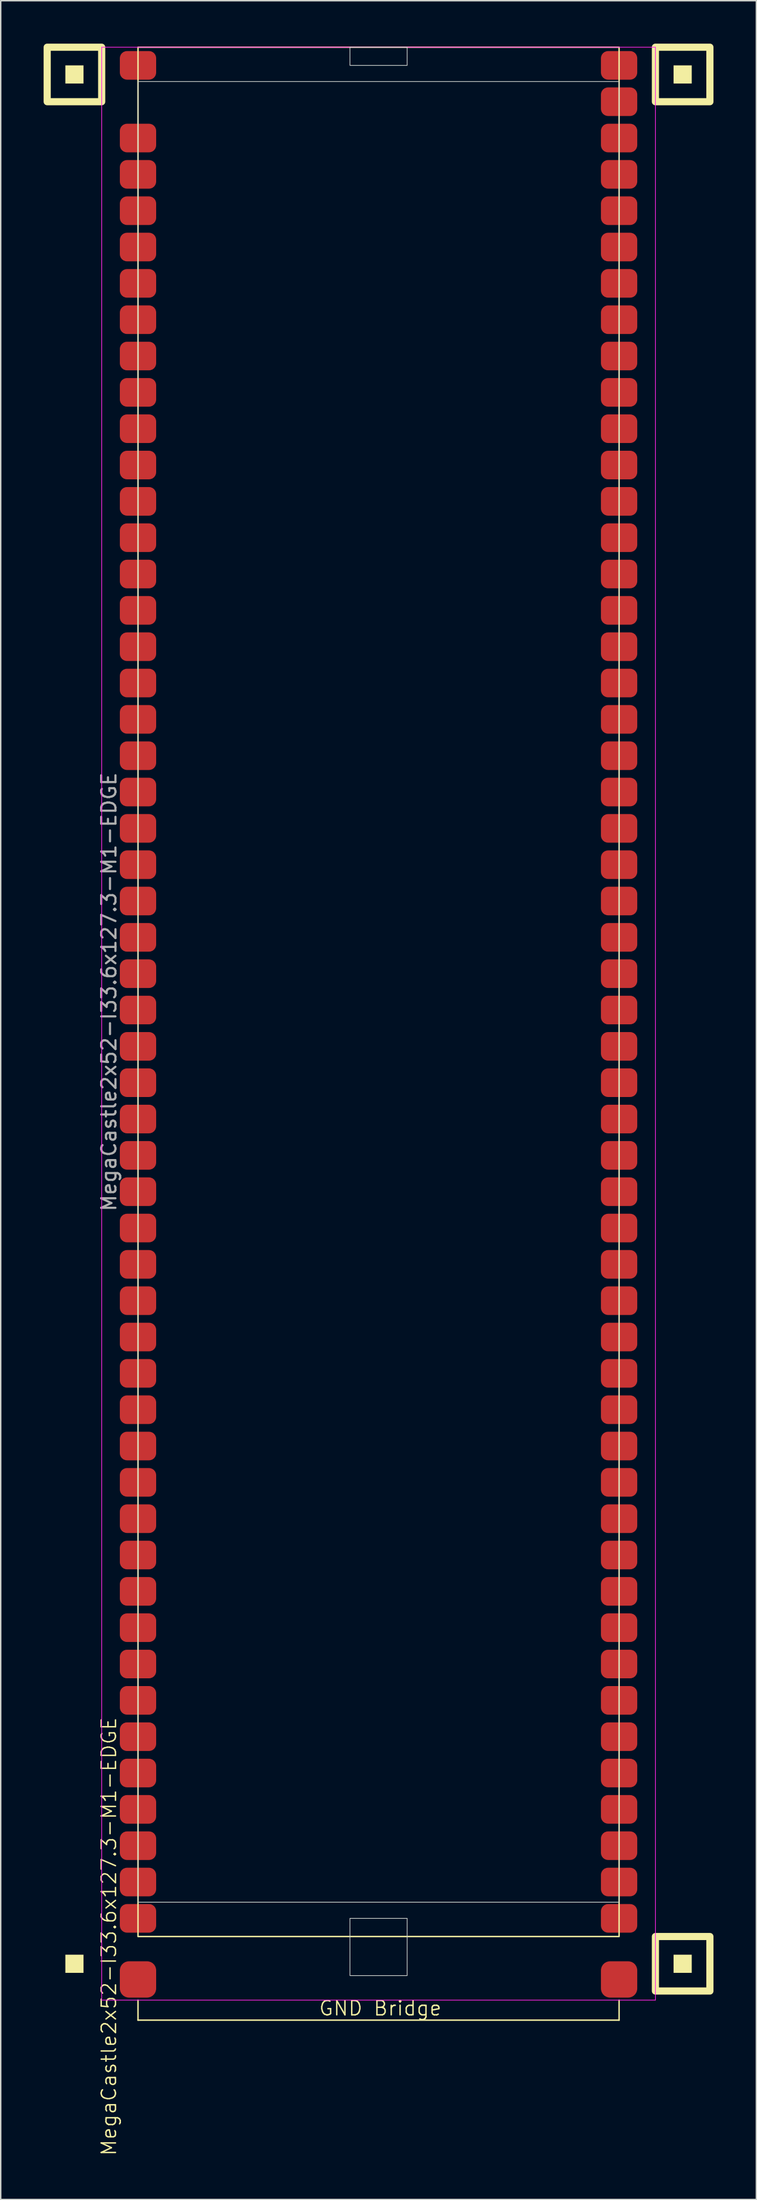
<source format=kicad_pcb>
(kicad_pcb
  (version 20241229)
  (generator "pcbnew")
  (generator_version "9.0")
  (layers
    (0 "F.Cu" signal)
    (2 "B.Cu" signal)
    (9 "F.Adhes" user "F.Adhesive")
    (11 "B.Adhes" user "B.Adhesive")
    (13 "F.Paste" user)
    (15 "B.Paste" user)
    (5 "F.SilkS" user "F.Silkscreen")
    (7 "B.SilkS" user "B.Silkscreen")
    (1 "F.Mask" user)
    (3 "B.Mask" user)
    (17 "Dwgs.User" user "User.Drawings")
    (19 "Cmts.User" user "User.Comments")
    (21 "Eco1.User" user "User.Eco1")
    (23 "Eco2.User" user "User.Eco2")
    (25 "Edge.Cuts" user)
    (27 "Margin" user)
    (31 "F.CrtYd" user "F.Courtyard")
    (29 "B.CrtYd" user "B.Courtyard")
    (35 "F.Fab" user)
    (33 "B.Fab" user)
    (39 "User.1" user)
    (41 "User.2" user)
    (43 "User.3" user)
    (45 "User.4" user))
  (footprint "MegaCastle2x52-I33.6x127.3-M1-EDGE"
    (layer "F.Cu")
    (at 23.42 66.29)
    (property "Reference" "MegaCastle2x52-I33.6x127.3-M1-EDGE" (at -18.852 66.04 90) (unlocked yes) (layer "F.SilkS") (effects (font (size 1 1) (thickness 0.1))))
    (attr smd)
    (fp_line (start -16.82 70.485) (end -16.82 71.885) (stroke (width 0.1) (type default)) (layer "F.SilkS"))
    (fp_line (start -16.82 71.885) (end 16.82 71.885) (stroke (width 0.1) (type default)) (layer "F.SilkS"))
    (fp_line (start 16.82 70.485) (end 16.82 71.885) (stroke (width 0.1) (type default)) (layer "F.SilkS"))
    (fp_rect (start -20.63 -63.5) (end -21.9 -64.77) (stroke (width 0) (type solid)) (fill yes) (layer "F.SilkS"))
    (fp_rect (start -20.63 68.58) (end -21.9 67.31) (stroke (width 0) (type solid)) (fill yes) (layer "F.SilkS"))
    (fp_rect (start -19.36 -62.23) (end -23.17 -66.04) (stroke (width 0.5) (type default)) (fill no) (layer "F.SilkS"))
    (fp_rect (start -16.82 -66.04) (end 16.82 66.04) (stroke (width 0.1) (type default)) (fill no) (layer "F.SilkS"))
    (fp_rect (start 21.9 -63.5) (end 20.63 -64.77) (stroke (width 0) (type solid)) (fill yes) (layer "F.SilkS"))
    (fp_rect (start 21.9 68.58) (end 20.63 67.31) (stroke (width 0) (type solid)) (fill yes) (layer "F.SilkS"))
    (fp_rect (start 23.17 -62.23) (end 19.36 -66.04) (stroke (width 0.5) (type default)) (fill no) (layer "F.SilkS"))
    (fp_rect (start 23.17 69.85) (end 19.36 66.04) (stroke (width 0.5) (type default)) (fill no) (layer "F.SilkS"))
    (fp_rect (start -16.82 -63.64) (end 16.82 63.64) (stroke (width 0.05) (type default)) (fill no) (layer "Edge.Cuts"))
    (fp_rect (start -2 -64.77) (end 2 -66.04) (stroke (width 0.05) (type default)) (fill no) (layer "Edge.Cuts"))
    (fp_rect (start -2 64.77) (end 2 68.77) (stroke (width 0.05) (type default)) (fill no) (layer "Edge.Cuts"))
    (fp_line (start -19.36 -66.04) (end -19.36 70.485) (stroke (width 0.05) (type default)) (layer "F.CrtYd"))
    (fp_line (start -19.36 70.485) (end 19.36 70.485) (stroke (width 0.05) (type default)) (layer "F.CrtYd"))
    (fp_line (start 19.36 -66.04) (end -19.36 -66.04) (stroke (width 0.05) (type default)) (layer "F.CrtYd"))
    (fp_line (start 19.36 -66.04) (end 19.36 70.485) (stroke (width 0.05) (type default)) (layer "F.CrtYd"))
    (fp_text user "GND Bridge" (at -4.226 71.64 0) (unlocked yes) (layer "F.SilkS") (effects (font (size 1 1) (thickness 0.1)) (justify left bottom)))
    (fp_text user "${REFERENCE}" (at -18.852 0 90) (unlocked yes) (layer "F.Fab") (effects (font (size 1 1) (thickness 0.15))))
    (pad "1" smd roundrect (at -16.82 -64.77) (size 2.54 2) (layers "F.Cu" "F.Mask" "F.Paste") (roundrect_rratio 0.25))
    (pad "3" smd roundrect (at -16.82 -59.69) (size 2.54 2) (layers "F.Cu" "F.Mask" "F.Paste") (roundrect_rratio 0.25))
    (pad "4" smd roundrect (at -16.82 -57.15) (size 2.54 2) (layers "F.Cu" "F.Mask" "F.Paste") (roundrect_rratio 0.25))
    (pad "5" smd roundrect (at -16.82 -54.61) (size 2.54 2) (layers "F.Cu" "F.Mask" "F.Paste") (roundrect_rratio 0.25))
    (pad "6" smd roundrect (at -16.82 -52.07) (size 2.54 2) (layers "F.Cu" "F.Mask" "F.Paste") (roundrect_rratio 0.25))
    (pad "7" smd roundrect (at -16.82 -49.53) (size 2.54 2) (layers "F.Cu" "F.Mask" "F.Paste") (roundrect_rratio 0.25))
    (pad "8" smd roundrect (at -16.82 -46.99) (size 2.54 2) (layers "F.Cu" "F.Mask" "F.Paste") (roundrect_rratio 0.25))
    (pad "9" smd roundrect (at -16.82 -44.45) (size 2.54 2) (layers "F.Cu" "F.Mask" "F.Paste") (roundrect_rratio 0.25))
    (pad "10" smd roundrect (at -16.82 -41.91) (size 2.54 2) (layers "F.Cu" "F.Mask" "F.Paste") (roundrect_rratio 0.25))
    (pad "11" smd roundrect (at -16.82 -39.37) (size 2.54 2) (layers "F.Cu" "F.Mask" "F.Paste") (roundrect_rratio 0.25))
    (pad "12" smd roundrect (at -16.82 -36.83) (size 2.54 2) (layers "F.Cu" "F.Mask" "F.Paste") (roundrect_rratio 0.25))
    (pad "13" smd roundrect (at -16.82 -34.29) (size 2.54 2) (layers "F.Cu" "F.Mask" "F.Paste") (roundrect_rratio 0.25))
    (pad "14" smd roundrect (at -16.82 -31.75) (size 2.54 2) (layers "F.Cu" "F.Mask" "F.Paste") (roundrect_rratio 0.25))
    (pad "15" smd roundrect (at -16.82 -29.21) (size 2.54 2) (layers "F.Cu" "F.Mask" "F.Paste") (roundrect_rratio 0.25))
    (pad "16" smd roundrect (at -16.82 -26.67) (size 2.54 2) (layers "F.Cu" "F.Mask" "F.Paste") (roundrect_rratio 0.25))
    (pad "17" smd roundrect (at -16.82 -24.13) (size 2.54 2) (layers "F.Cu" "F.Mask" "F.Paste") (roundrect_rratio 0.25))
    (pad "18" smd roundrect (at -16.82 -21.59) (size 2.54 2) (layers "F.Cu" "F.Mask" "F.Paste") (roundrect_rratio 0.25))
    (pad "19" smd roundrect (at -16.82 -19.05) (size 2.54 2) (layers "F.Cu" "F.Mask" "F.Paste") (roundrect_rratio 0.25))
    (pad "20" smd roundrect (at -16.82 -16.51) (size 2.54 2) (layers "F.Cu" "F.Mask" "F.Paste") (roundrect_rratio 0.25))
    (pad "21" smd roundrect (at -16.82 -13.97) (size 2.54 2) (layers "F.Cu" "F.Mask" "F.Paste") (roundrect_rratio 0.25))
    (pad "22" smd roundrect (at -16.82 -11.43) (size 2.54 2) (layers "F.Cu" "F.Mask" "F.Paste") (roundrect_rratio 0.25))
    (pad "23" smd roundrect (at -16.82 -8.89) (size 2.54 2) (layers "F.Cu" "F.Mask" "F.Paste") (roundrect_rratio 0.25))
    (pad "24" smd roundrect (at -16.82 -6.35) (size 2.54 2) (layers "F.Cu" "F.Mask" "F.Paste") (roundrect_rratio 0.25))
    (pad "25" smd roundrect (at -16.82 -3.81) (size 2.54 2) (layers "F.Cu" "F.Mask" "F.Paste") (roundrect_rratio 0.25))
    (pad "26" smd roundrect (at -16.82 -1.27) (size 2.54 2) (layers "F.Cu" "F.Mask" "F.Paste") (roundrect_rratio 0.25))
    (pad "27" smd roundrect (at -16.82 1.27) (size 2.54 2) (layers "F.Cu" "F.Mask" "F.Paste") (roundrect_rratio 0.25))
    (pad "28" smd roundrect (at -16.82 3.81) (size 2.54 2) (layers "F.Cu" "F.Mask" "F.Paste") (roundrect_rratio 0.25))
    (pad "29" smd roundrect (at -16.82 6.35) (size 2.54 2) (layers "F.Cu" "F.Mask" "F.Paste") (roundrect_rratio 0.25))
    (pad "30" smd roundrect (at -16.82 8.89) (size 2.54 2) (layers "F.Cu" "F.Mask" "F.Paste") (roundrect_rratio 0.25))
    (pad "31" smd roundrect (at -16.82 11.43) (size 2.54 2) (layers "F.Cu" "F.Mask" "F.Paste") (roundrect_rratio 0.25))
    (pad "32" smd roundrect (at -16.82 13.97) (size 2.54 2) (layers "F.Cu" "F.Mask" "F.Paste") (roundrect_rratio 0.25))
    (pad "33" smd roundrect (at -16.82 16.51) (size 2.54 2) (layers "F.Cu" "F.Mask" "F.Paste") (roundrect_rratio 0.25))
    (pad "34" smd roundrect (at -16.82 19.05) (size 2.54 2) (layers "F.Cu" "F.Mask" "F.Paste") (roundrect_rratio 0.25))
    (pad "35" smd roundrect (at -16.82 21.59) (size 2.54 2) (layers "F.Cu" "F.Mask" "F.Paste") (roundrect_rratio 0.25))
    (pad "36" smd roundrect (at -16.82 24.13) (size 2.54 2) (layers "F.Cu" "F.Mask" "F.Paste") (roundrect_rratio 0.25))
    (pad "37" smd roundrect (at -16.82 26.67) (size 2.54 2) (layers "F.Cu" "F.Mask" "F.Paste") (roundrect_rratio 0.25))
    (pad "38" smd roundrect (at -16.82 29.21) (size 2.54 2) (layers "F.Cu" "F.Mask" "F.Paste") (roundrect_rratio 0.25))
    (pad "39" smd roundrect (at -16.82 31.75) (size 2.54 2) (layers "F.Cu" "F.Mask" "F.Paste") (roundrect_rratio 0.25))
    (pad "40" smd roundrect (at -16.82 34.29) (size 2.54 2) (layers "F.Cu" "F.Mask" "F.Paste") (roundrect_rratio 0.25))
    (pad "41" smd roundrect (at -16.82 36.83) (size 2.54 2) (layers "F.Cu" "F.Mask" "F.Paste") (roundrect_rratio 0.25))
    (pad "42" smd roundrect (at -16.82 39.37) (size 2.54 2) (layers "F.Cu" "F.Mask" "F.Paste") (roundrect_rratio 0.25))
    (pad "43" smd roundrect (at -16.82 41.91) (size 2.54 2) (layers "F.Cu" "F.Mask" "F.Paste") (roundrect_rratio 0.25))
    (pad "44" smd roundrect (at -16.82 44.45) (size 2.54 2) (layers "F.Cu" "F.Mask" "F.Paste") (roundrect_rratio 0.25))
    (pad "45" smd roundrect (at -16.82 46.99) (size 2.54 2) (layers "F.Cu" "F.Mask" "F.Paste") (roundrect_rratio 0.25))
    (pad "46" smd roundrect (at -16.82 49.53) (size 2.54 2) (layers "F.Cu" "F.Mask" "F.Paste") (roundrect_rratio 0.25))
    (pad "47" smd roundrect (at -16.82 52.07) (size 2.54 2) (layers "F.Cu" "F.Mask" "F.Paste") (roundrect_rratio 0.25))
    (pad "48" smd roundrect (at -16.82 54.61) (size 2.54 2) (layers "F.Cu" "F.Mask" "F.Paste") (roundrect_rratio 0.25))
    (pad "49" smd roundrect (at -16.82 57.15) (size 2.54 2) (layers "F.Cu" "F.Mask" "F.Paste") (roundrect_rratio 0.25))
    (pad "50" smd roundrect (at -16.82 59.69) (size 2.54 2) (layers "F.Cu" "F.Mask" "F.Paste") (roundrect_rratio 0.25))
    (pad "51" smd roundrect (at -16.82 62.23) (size 2.54 2) (layers "F.Cu" "F.Mask" "F.Paste") (roundrect_rratio 0.25))
    (pad "52" smd roundrect (at -16.82 64.77) (size 2.54 2) (layers "F.Cu" "F.Mask" "F.Paste") (roundrect_rratio 0.25))
    (pad "53" smd roundrect (at 16.82 -64.77) (size 2.54 2) (layers "F.Cu" "F.Mask" "F.Paste") (roundrect_rratio 0.25))
    (pad "54" smd roundrect (at 16.82 -62.23) (size 2.54 2) (layers "F.Cu" "F.Mask" "F.Paste") (roundrect_rratio 0.25))
    (pad "55" smd roundrect (at 16.82 -59.69) (size 2.54 2) (layers "F.Cu" "F.Mask" "F.Paste") (roundrect_rratio 0.25))
    (pad "56" smd roundrect (at 16.82 -57.15) (size 2.54 2) (layers "F.Cu" "F.Mask" "F.Paste") (roundrect_rratio 0.25))
    (pad "57" smd roundrect (at 16.82 -54.61) (size 2.54 2) (layers "F.Cu" "F.Mask" "F.Paste") (roundrect_rratio 0.25))
    (pad "58" smd roundrect (at 16.82 -52.07) (size 2.54 2) (layers "F.Cu" "F.Mask" "F.Paste") (roundrect_rratio 0.25))
    (pad "59" smd roundrect (at 16.82 -49.53) (size 2.54 2) (layers "F.Cu" "F.Mask" "F.Paste") (roundrect_rratio 0.25))
    (pad "60" smd roundrect (at 16.82 -46.99) (size 2.54 2) (layers "F.Cu" "F.Mask" "F.Paste") (roundrect_rratio 0.25))
    (pad "61" smd roundrect (at 16.82 -44.45) (size 2.54 2) (layers "F.Cu" "F.Mask" "F.Paste") (roundrect_rratio 0.25))
    (pad "62" smd roundrect (at 16.82 -41.91) (size 2.54 2) (layers "F.Cu" "F.Mask" "F.Paste") (roundrect_rratio 0.25))
    (pad "63" smd roundrect (at 16.82 -39.37) (size 2.54 2) (layers "F.Cu" "F.Mask" "F.Paste") (roundrect_rratio 0.25))
    (pad "64" smd roundrect (at 16.82 -36.83) (size 2.54 2) (layers "F.Cu" "F.Mask" "F.Paste") (roundrect_rratio 0.25))
    (pad "65" smd roundrect (at 16.82 -34.29) (size 2.54 2) (layers "F.Cu" "F.Mask" "F.Paste") (roundrect_rratio 0.25))
    (pad "66" smd roundrect (at 16.82 -31.75) (size 2.54 2) (layers "F.Cu" "F.Mask" "F.Paste") (roundrect_rratio 0.25))
    (pad "67" smd roundrect (at 16.82 -29.21) (size 2.54 2) (layers "F.Cu" "F.Mask" "F.Paste") (roundrect_rratio 0.25))
    (pad "68" smd roundrect (at 16.82 -26.67) (size 2.54 2) (layers "F.Cu" "F.Mask" "F.Paste") (roundrect_rratio 0.25))
    (pad "69" smd roundrect (at 16.82 -24.13) (size 2.54 2) (layers "F.Cu" "F.Mask" "F.Paste") (roundrect_rratio 0.25))
    (pad "70" smd roundrect (at 16.82 -21.59) (size 2.54 2) (layers "F.Cu" "F.Mask" "F.Paste") (roundrect_rratio 0.25))
    (pad "71" smd roundrect (at 16.82 -19.05) (size 2.54 2) (layers "F.Cu" "F.Mask" "F.Paste") (roundrect_rratio 0.25))
    (pad "72" smd roundrect (at 16.82 -16.51) (size 2.54 2) (layers "F.Cu" "F.Mask" "F.Paste") (roundrect_rratio 0.25))
    (pad "73" smd roundrect (at 16.82 -13.97) (size 2.54 2) (layers "F.Cu" "F.Mask" "F.Paste") (roundrect_rratio 0.25))
    (pad "74" smd roundrect (at 16.82 -11.43) (size 2.54 2) (layers "F.Cu" "F.Mask" "F.Paste") (roundrect_rratio 0.25))
    (pad "75" smd roundrect (at 16.82 -8.89) (size 2.54 2) (layers "F.Cu" "F.Mask" "F.Paste") (roundrect_rratio 0.25))
    (pad "76" smd roundrect (at 16.82 -6.35) (size 2.54 2) (layers "F.Cu" "F.Mask" "F.Paste") (roundrect_rratio 0.25))
    (pad "77" smd roundrect (at 16.82 -3.81) (size 2.54 2) (layers "F.Cu" "F.Mask" "F.Paste") (roundrect_rratio 0.25))
    (pad "78" smd roundrect (at 16.82 -1.27) (size 2.54 2) (layers "F.Cu" "F.Mask" "F.Paste") (roundrect_rratio 0.25))
    (pad "79" smd roundrect (at 16.82 1.27) (size 2.54 2) (layers "F.Cu" "F.Mask" "F.Paste") (roundrect_rratio 0.25))
    (pad "80" smd roundrect (at 16.82 3.81) (size 2.54 2) (layers "F.Cu" "F.Mask" "F.Paste") (roundrect_rratio 0.25))
    (pad "81" smd roundrect (at 16.82 6.35) (size 2.54 2) (layers "F.Cu" "F.Mask" "F.Paste") (roundrect_rratio 0.25))
    (pad "82" smd roundrect (at 16.82 8.89) (size 2.54 2) (layers "F.Cu" "F.Mask" "F.Paste") (roundrect_rratio 0.25))
    (pad "83" smd roundrect (at 16.82 11.43) (size 2.54 2) (layers "F.Cu" "F.Mask" "F.Paste") (roundrect_rratio 0.25))
    (pad "84" smd roundrect (at 16.82 13.97) (size 2.54 2) (layers "F.Cu" "F.Mask" "F.Paste") (roundrect_rratio 0.25))
    (pad "85" smd roundrect (at 16.82 16.51) (size 2.54 2) (layers "F.Cu" "F.Mask" "F.Paste") (roundrect_rratio 0.25))
    (pad "86" smd roundrect (at 16.82 19.05) (size 2.54 2) (layers "F.Cu" "F.Mask" "F.Paste") (roundrect_rratio 0.25))
    (pad "87" smd roundrect (at 16.82 21.59) (size 2.54 2) (layers "F.Cu" "F.Mask" "F.Paste") (roundrect_rratio 0.25))
    (pad "88" smd roundrect (at 16.82 24.13) (size 2.54 2) (layers "F.Cu" "F.Mask" "F.Paste") (roundrect_rratio 0.25))
    (pad "89" smd roundrect (at 16.82 26.67) (size 2.54 2) (layers "F.Cu" "F.Mask" "F.Paste") (roundrect_rratio 0.25))
    (pad "90" smd roundrect (at 16.82 29.21) (size 2.54 2) (layers "F.Cu" "F.Mask" "F.Paste") (roundrect_rratio 0.25))
    (pad "91" smd roundrect (at 16.82 31.75) (size 2.54 2) (layers "F.Cu" "F.Mask" "F.Paste") (roundrect_rratio 0.25))
    (pad "92" smd roundrect (at 16.82 34.29) (size 2.54 2) (layers "F.Cu" "F.Mask" "F.Paste") (roundrect_rratio 0.25))
    (pad "93" smd roundrect (at 16.82 36.83) (size 2.54 2) (layers "F.Cu" "F.Mask" "F.Paste") (roundrect_rratio 0.25))
    (pad "94" smd roundrect (at 16.82 39.37) (size 2.54 2) (layers "F.Cu" "F.Mask" "F.Paste") (roundrect_rratio 0.25))
    (pad "95" smd roundrect (at 16.82 41.91) (size 2.54 2) (layers "F.Cu" "F.Mask" "F.Paste") (roundrect_rratio 0.25))
    (pad "96" smd roundrect (at 16.82 44.45) (size 2.54 2) (layers "F.Cu" "F.Mask" "F.Paste") (roundrect_rratio 0.25))
    (pad "97" smd roundrect (at 16.82 46.99) (size 2.54 2) (layers "F.Cu" "F.Mask" "F.Paste") (roundrect_rratio 0.25))
    (pad "98" smd roundrect (at 16.82 49.53) (size 2.54 2) (layers "F.Cu" "F.Mask" "F.Paste") (roundrect_rratio 0.25))
    (pad "99" smd roundrect (at 16.82 52.07) (size 2.54 2) (layers "F.Cu" "F.Mask" "F.Paste") (roundrect_rratio 0.25))
    (pad "100" smd roundrect (at 16.82 54.61) (size 2.54 2) (layers "F.Cu" "F.Mask" "F.Paste") (roundrect_rratio 0.25))
    (pad "101" smd roundrect (at 16.82 57.15) (size 2.54 2) (layers "F.Cu" "F.Mask" "F.Paste") (roundrect_rratio 0.25))
    (pad "102" smd roundrect (at 16.82 59.69) (size 2.54 2) (layers "F.Cu" "F.Mask" "F.Paste") (roundrect_rratio 0.25))
    (pad "103" smd roundrect (at 16.82 62.23) (size 2.54 2) (layers "F.Cu" "F.Mask" "F.Paste") (roundrect_rratio 0.25))
    (pad "104" smd roundrect (at 16.82 64.77) (size 2.54 2) (layers "F.Cu" "F.Mask" "F.Paste") (roundrect_rratio 0.25))
    (pad "B1" smd roundrect (at -16.82 69.04) (size 2.54 2.54) (layers "F.Cu" "F.Mask" "F.Paste") (roundrect_rratio 0.25))
    (pad "B2" smd roundrect (at 16.82 69.04) (size 2.54 2.54) (layers "F.Cu" "F.Mask" "F.Paste") (roundrect_rratio 0.25)))
  (gr_rect
    (start -3 -3)
    (end 49.84 150.713)
    (stroke (width 0.1) (type default))
    (fill no)
    (layer "Edge.Cuts")))
</source>
